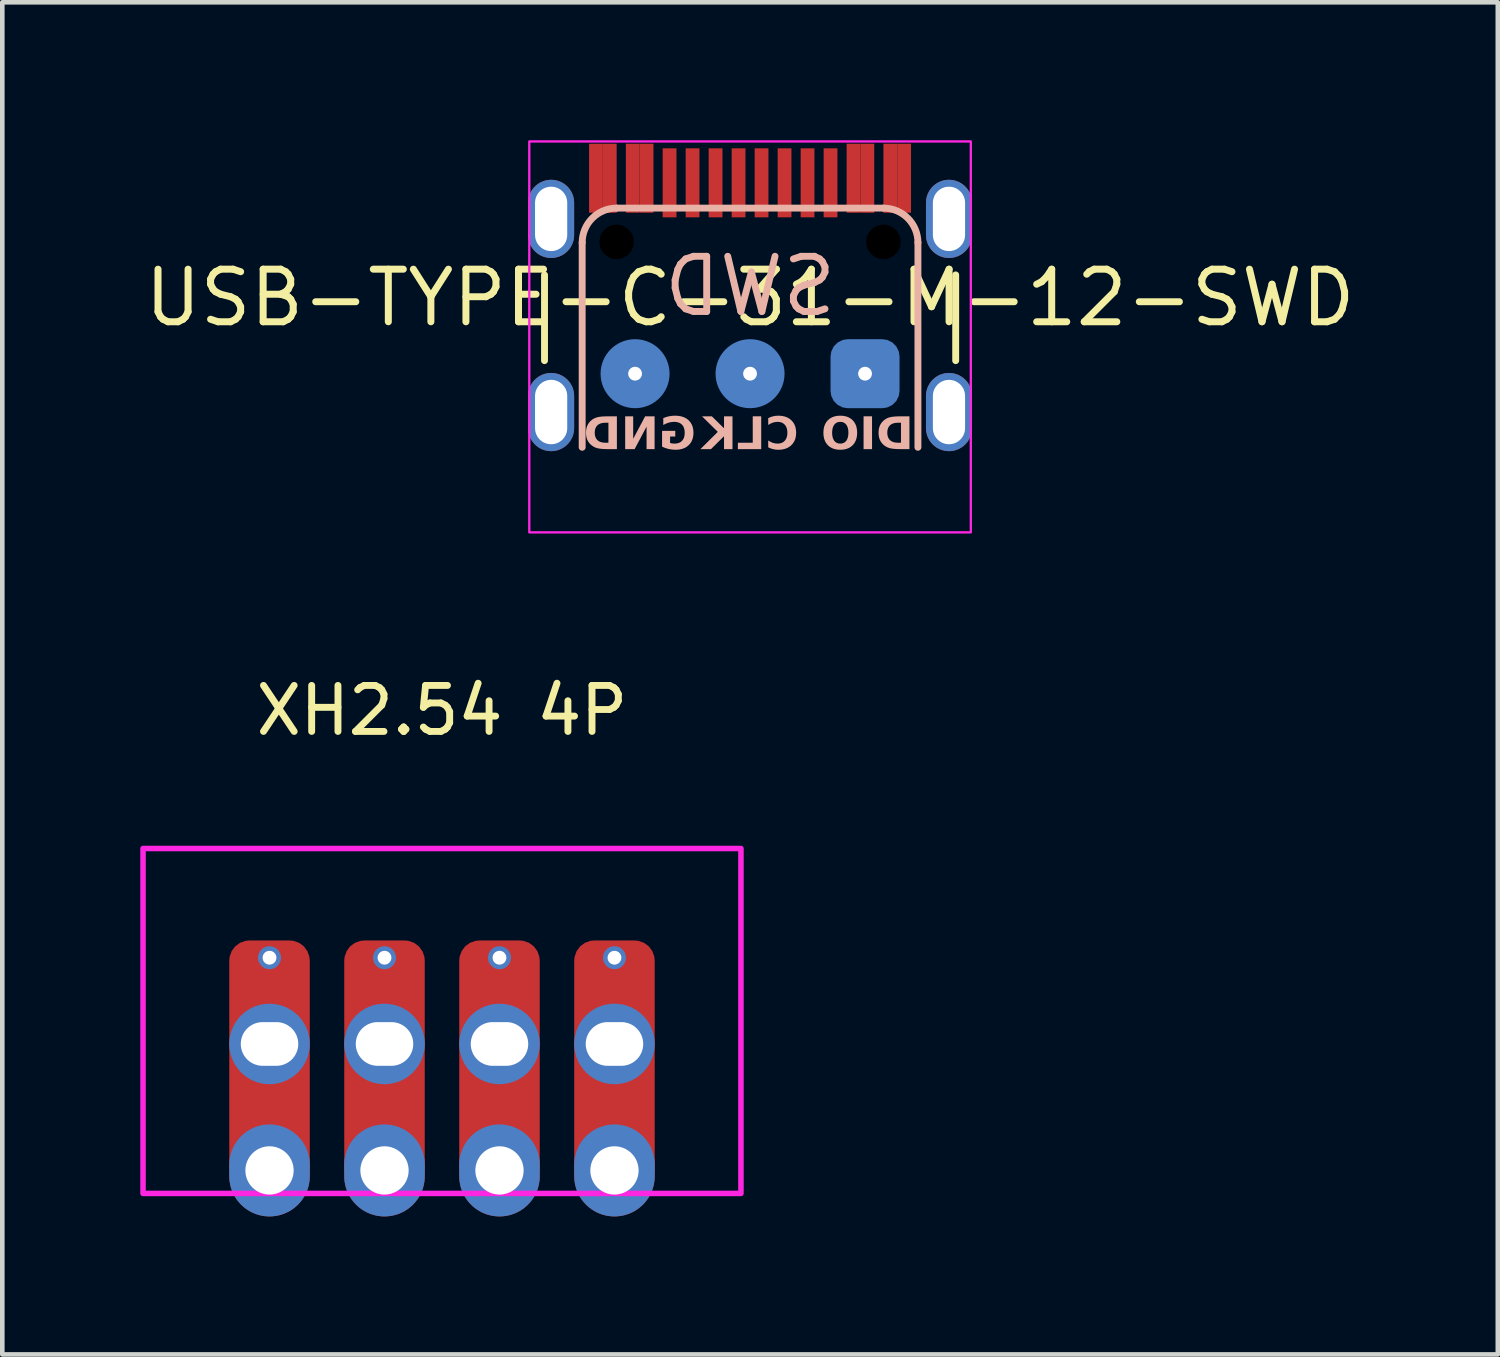
<source format=kicad_pcb>
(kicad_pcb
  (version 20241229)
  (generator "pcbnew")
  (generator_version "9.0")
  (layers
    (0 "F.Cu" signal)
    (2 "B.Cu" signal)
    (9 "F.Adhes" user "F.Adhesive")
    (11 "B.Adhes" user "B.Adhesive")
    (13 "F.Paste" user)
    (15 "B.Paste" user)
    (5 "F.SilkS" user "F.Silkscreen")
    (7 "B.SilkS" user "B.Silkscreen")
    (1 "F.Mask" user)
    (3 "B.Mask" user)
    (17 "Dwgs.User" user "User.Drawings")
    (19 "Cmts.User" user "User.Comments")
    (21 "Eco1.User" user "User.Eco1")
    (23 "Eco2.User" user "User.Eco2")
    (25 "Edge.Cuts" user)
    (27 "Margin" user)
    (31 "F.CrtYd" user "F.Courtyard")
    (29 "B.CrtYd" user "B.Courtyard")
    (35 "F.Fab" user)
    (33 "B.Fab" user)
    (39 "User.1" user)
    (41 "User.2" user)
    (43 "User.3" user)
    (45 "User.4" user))
  (footprint "XH2.54 4P"
    (layer "F.Cu")
    (at 6.56 22.398)
    (property "Reference" "XH2.54 4P" (at 0 -10 0) (unlocked yes) (layer "F.SilkS") (effects (font (size 1 1) (thickness 0.15))))
    (attr through_hole)
    (fp_rect (start -6.5 -7) (end 6.5 0.5) (stroke (width 0.12) (type default)) (fill no) (layer "F.CrtYd"))
    (pad "1" thru_hole circle (at -3.75 -4.625) (size 0.5 0.5) (drill 0.3) (property pad_prop_heatsink) (layers "*.Cu"))
    (pad "1" thru_hole oval (at -3.75 -2.75) (size 1.75 1.75) (drill oval 1.25 0.95) (layers "*.Cu" "*.Mask"))
    (pad "1" smd roundrect (at -3.75 -2.5) (size 1.75 5) (layers "F.Cu" "F.Mask") (roundrect_rratio 0.25) (chamfer_ratio 0) (chamfer bottom_left bottom_right))
    (pad "1" thru_hole oval (at -3.75 0) (size 1.75 2) (drill 1.05) (layers "*.Cu" "*.Mask"))
    (pad "2" thru_hole circle (at -1.25 -4.625) (size 0.5 0.5) (drill 0.3) (property pad_prop_heatsink) (layers "*.Cu"))
    (pad "2" thru_hole oval (at -1.25 -2.75) (size 1.75 1.75) (drill oval 1.25 0.95) (layers "*.Cu" "*.Mask"))
    (pad "2" smd roundrect (at -1.25 -2.5) (size 1.75 5) (layers "F.Cu" "F.Mask") (roundrect_rratio 0.25) (chamfer_ratio 0) (chamfer bottom_left bottom_right))
    (pad "2" thru_hole oval (at -1.25 0) (size 1.75 2) (drill 1.05) (layers "*.Cu" "*.Mask"))
    (pad "3" thru_hole circle (at 1.25 -4.625) (size 0.5 0.5) (drill 0.3) (property pad_prop_heatsink) (layers "*.Cu"))
    (pad "3" thru_hole oval (at 1.25 -2.75) (size 1.75 1.75) (drill oval 1.25 0.95) (layers "*.Cu" "*.Mask"))
    (pad "3" smd roundrect (at 1.25 -2.5) (size 1.75 5) (layers "F.Cu" "F.Mask") (roundrect_rratio 0.25) (chamfer_ratio 0) (chamfer bottom_left bottom_right))
    (pad "3" thru_hole oval (at 1.25 0) (size 1.75 2) (drill 1.05) (layers "*.Cu" "*.Mask"))
    (pad "4" thru_hole circle (at 3.75 -4.625) (size 0.5 0.5) (drill 0.3) (property pad_prop_heatsink) (layers "*.Cu"))
    (pad "4" thru_hole oval (at 3.75 -2.75) (size 1.75 1.75) (drill oval 1.25 0.95) (layers "*.Cu" "*.Mask"))
    (pad "4" smd roundrect (at 3.75 -2.5) (size 1.75 5) (layers "F.Cu" "F.Mask") (roundrect_rratio 0.25) (chamfer_ratio 0) (chamfer bottom_left bottom_right))
    (pad "4" thru_hole oval (at 3.75 0) (size 1.75 2) (drill 1.05) (layers "*.Cu" "*.Mask")))
  (footprint "USB-TYPE-C-31-M-12-SWD"
    (layer "F.Cu")
    (at 13.258 3.425)
    (property "Reference" "USB-TYPE-C-31-M-12-SWD" (at 0 0 0) (layer "F.SilkS") (effects (font (size 1.143 1.143) (thickness 0.152))))
    (attr smd)
    (fp_line (start -4.469 1.366) (end -4.469 -0.497) (stroke (width 0.15) (type solid)) (layer "F.SilkS"))
    (fp_line (start 4.471 1.366) (end 4.471 -0.498) (stroke (width 0.15) (type solid)) (layer "F.SilkS"))
    (fp_line (start -3.65 -1.2) (end -3.65 3.25) (stroke (width 0.15) (type default)) (layer "B.SilkS"))
    (fp_line (start 2.9 -1.95) (end -2.9 -1.95) (stroke (width 0.15) (type default)) (layer "B.SilkS"))
    (fp_line (start 3.65 -1.2) (end 3.65 3.25) (stroke (width 0.15) (type default)) (layer "B.SilkS"))
    (fp_arc (start -3.65 -1.200001) (mid -3.43033 -1.730331) (end -2.9 -1.950002) (stroke (width 0.15) (type default)) (layer "B.SilkS"))
    (fp_arc (start 2.899999 -1.95) (mid 3.43033 -1.73033) (end 3.65 -1.2) (stroke (width 0.15) (type default)) (layer "B.SilkS"))
    (fp_rect (start -4.8 -3.4) (end 4.8 5.1) (stroke (width 0.05) (type default)) (fill no) (layer "F.CrtYd"))
    (fp_text user "CLK" (at 0 3 0) (unlocked yes) (layer "B.SilkS") (effects (font (face "Century Gothic") (size 0.7 0.7) (thickness 0.15) (bold yes)) (justify mirror)))
    (fp_text user "DIO" (at 2.55 3 0) (unlocked yes) (layer "B.SilkS") (effects (font (face "Century Gothic") (size 0.7 0.7) (thickness 0.15) (bold yes)) (justify mirror)))
    (fp_text user "SWD" (at 0 -0.25 0) (unlocked yes) (layer "B.SilkS") (effects (font (size 1.2 1.2) (thickness 0.15) (bold yes)) (justify mirror)))
    (fp_text user "GND" (at -2.4 3 0) (unlocked yes) (layer "B.SilkS") (effects (font (face "Century Gothic") (size 0.7 0.7) (thickness 0.15) (bold yes)) (justify mirror)))
    (pad "" np_thru_hole circle (at -2.9 -1.216) (size 0.75 0.75) (drill 0.75) (layers "*.Mask"))
    (pad "" np_thru_hole circle (at 2.9 -1.216) (size 0.75 0.75) (drill 0.75) (layers "*.Mask"))
    (pad "A1" smd rect (at -3.35 -2.6) (size 0.3 1.5) (layers "F.Cu" "F.Mask" "F.Paste"))
    (pad "A4" smd rect (at -2.55 -2.6) (size 0.3 1.5) (layers "F.Cu" "F.Mask" "F.Paste"))
    (pad "A5" smd rect (at -1.25 -2.5) (size 0.3 1.5) (layers "F.Cu" "F.Mask" "F.Paste"))
    (pad "A6" smd rect (at -0.25 -2.5) (size 0.3 1.5) (layers "F.Cu" "F.Mask" "F.Paste"))
    (pad "A7" smd rect (at 0.25 -2.5) (size 0.3 1.5) (layers "F.Cu" "F.Mask" "F.Paste"))
    (pad "A8" thru_hole circle (at 0 1.65) (size 0.5 0.5) (drill 0.3) (layers "*.Cu" "B.Mask"))
    (pad "A8" smd circle (at 0 1.65) (size 1.5 1.5) (layers "B.Cu" "B.Mask"))
    (pad "A8" smd rect (at 1.25 -2.5) (size 0.3 1.5) (layers "F.Cu" "F.Mask" "F.Paste"))
    (pad "A9" smd rect (at 2.55 -2.6) (size 0.3 1.5) (layers "F.Cu" "F.Mask" "F.Paste"))
    (pad "A12" thru_hole circle (at 2.5 1.65) (size 0.5 0.5) (drill 0.3) (layers "*.Cu" "B.Mask"))
    (pad "A12" smd roundrect (at 2.5 1.65) (size 1.5 1.5) (layers "B.Cu" "B.Mask") (roundrect_rratio 0.25))
    (pad "A12" smd rect (at 3.35 -2.6) (size 0.3 1.5) (layers "F.Cu" "F.Mask" "F.Paste"))
    (pad "B1" smd rect (at 3.05 -2.6) (size 0.3 1.5) (layers "F.Cu" "F.Mask" "F.Paste"))
    (pad "B4" smd rect (at 2.25 -2.6) (size 0.3 1.5) (layers "F.Cu" "F.Mask" "F.Paste"))
    (pad "B5" smd rect (at 1.75 -2.5) (size 0.3 1.5) (layers "F.Cu" "F.Mask" "F.Paste"))
    (pad "B6" smd rect (at 0.75 -2.5) (size 0.3 1.5) (layers "F.Cu" "F.Mask" "F.Paste"))
    (pad "B7" smd rect (at -0.75 -2.5) (size 0.3 1.5) (layers "F.Cu" "F.Mask" "F.Paste"))
    (pad "B8" thru_hole circle (at -2.5 1.65) (size 0.5 0.5) (drill 0.3) (layers "*.Cu" "B.Mask"))
    (pad "B8" smd circle (at -2.5 1.65) (size 1.5 1.5) (layers "B.Cu" "B.Mask"))
    (pad "B8" smd rect (at -1.75 -2.5) (size 0.3 1.5) (layers "F.Cu" "F.Mask" "F.Paste"))
    (pad "B9" smd rect (at -2.25 -2.6) (size 0.3 1.5) (layers "F.Cu" "F.Mask" "F.Paste"))
    (pad "B12" smd rect (at -3.05 -2.6) (size 0.3 1.5) (layers "F.Cu" "F.Mask" "F.Paste"))
    (pad "S1" thru_hole oval (at -4.325 -1.716) (size 1 1.7) (drill oval 0.7 1.4) (layers "*.Cu" "*.Paste" "*.Mask"))
    (pad "S1" thru_hole oval (at -4.325 2.484) (size 1 1.7) (drill oval 0.7 1.4) (layers "*.Cu" "*.Paste" "*.Mask"))
    (pad "S1" thru_hole oval (at 4.325 -1.716) (size 1 1.7) (drill oval 0.7 1.4) (layers "*.Cu" "*.Paste" "*.Mask"))
    (pad "S1" thru_hole oval (at 4.325 2.484) (size 1 1.7) (drill oval 0.7 1.4) (layers "*.Cu" "*.Paste" "*.Mask")))
  (gr_rect
    (start -3 -3)
    (end 29.516 26.398)
    (stroke (width 0.1) (type default))
    (fill no)
    (layer "Edge.Cuts")))
</source>
